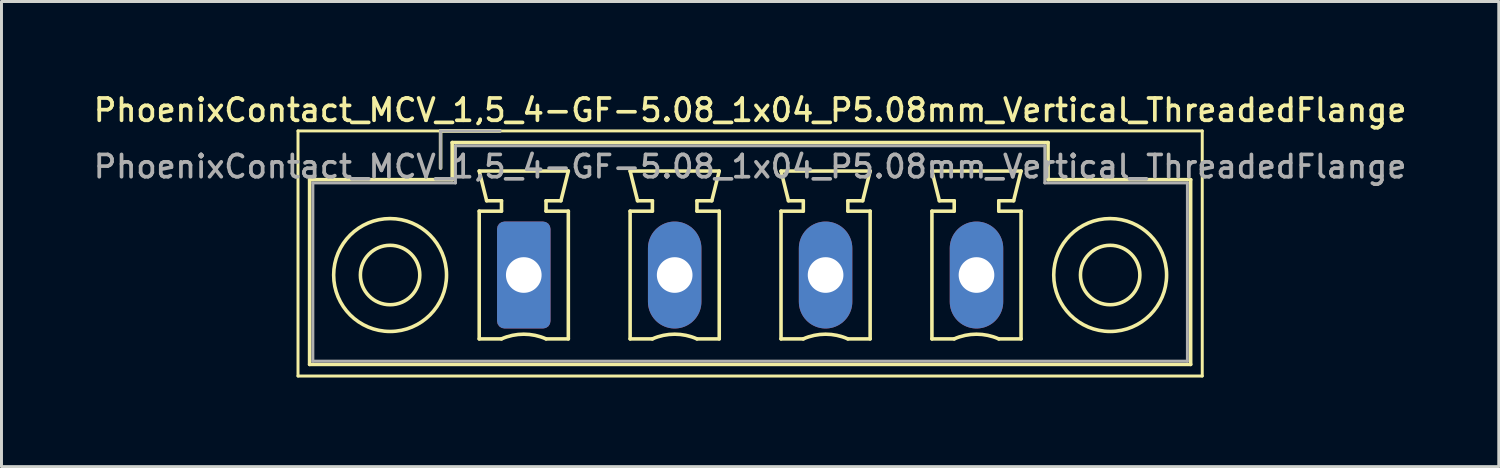
<source format=kicad_pcb>
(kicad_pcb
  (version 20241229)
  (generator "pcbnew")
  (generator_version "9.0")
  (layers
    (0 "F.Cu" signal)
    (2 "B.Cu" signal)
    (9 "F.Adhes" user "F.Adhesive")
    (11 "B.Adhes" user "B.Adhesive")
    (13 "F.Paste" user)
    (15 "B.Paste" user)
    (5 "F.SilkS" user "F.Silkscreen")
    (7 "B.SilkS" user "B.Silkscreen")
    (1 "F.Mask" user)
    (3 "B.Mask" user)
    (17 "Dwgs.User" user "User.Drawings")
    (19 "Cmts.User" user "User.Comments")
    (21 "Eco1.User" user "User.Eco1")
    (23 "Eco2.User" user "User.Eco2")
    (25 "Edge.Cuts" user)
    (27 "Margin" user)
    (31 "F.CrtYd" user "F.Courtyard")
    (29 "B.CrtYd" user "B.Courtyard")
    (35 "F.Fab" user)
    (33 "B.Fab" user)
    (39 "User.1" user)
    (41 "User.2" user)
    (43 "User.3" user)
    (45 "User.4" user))
  (footprint "PhoenixContact_MCV_1,5_4-GF-5.08_1x04_P5.08mm_Vertical_ThreadedFlange"
    (layer "F.Cu")
    (at 14.582 6.208)
    (property "Reference" "PhoenixContact_MCV_1,5_4-GF-5.08_1x04_P5.08mm_Vertical_ThreadedFlange" (at 7.62 -5.55 0) (layer "F.SilkS") (effects (font (size 0.75 0.75) (thickness 0.125))))
    (attr through_hole)
    (fp_line (start -7.6 -4.85) (end -7.6 3.4) (stroke (width 0.1) (type solid)) (layer "F.SilkS"))
    (fp_line (start -7.6 3.4) (end 22.84 3.4) (stroke (width 0.1) (type solid)) (layer "F.SilkS"))
    (fp_line (start -7.21 -3.21) (end -7.21 3.01) (stroke (width 0.12) (type solid)) (layer "F.SilkS"))
    (fp_line (start -7.21 3.01) (end 22.45 3.01) (stroke (width 0.12) (type solid)) (layer "F.SilkS"))
    (fp_line (start -2.8 -4.85) (end -0.8 -4.85) (stroke (width 0.12) (type solid)) (layer "F.SilkS"))
    (fp_line (start -2.8 -3.6) (end -2.8 -4.85) (stroke (width 0.12) (type solid)) (layer "F.SilkS"))
    (fp_line (start -2.41 -4.46) (end -2.41 -3.21) (stroke (width 0.12) (type solid)) (layer "F.SilkS"))
    (fp_line (start -2.41 -3.21) (end -7.21 -3.21) (stroke (width 0.12) (type solid)) (layer "F.SilkS"))
    (fp_line (start -1.5 -3.5) (end 1.5 -3.5) (stroke (width 0.12) (type solid)) (layer "F.SilkS"))
    (fp_line (start -1.5 -2.15) (end -0.75 -2.15) (stroke (width 0.12) (type solid)) (layer "F.SilkS"))
    (fp_line (start -1.5 2.15) (end -1.5 -2.15) (stroke (width 0.12) (type solid)) (layer "F.SilkS"))
    (fp_line (start -1.25 -2.5) (end -1.5 -3.5) (stroke (width 0.12) (type solid)) (layer "F.SilkS"))
    (fp_line (start -0.75 -2.5) (end -1.25 -2.5) (stroke (width 0.12) (type solid)) (layer "F.SilkS"))
    (fp_line (start -0.75 -2.15) (end -0.75 -2.5) (stroke (width 0.12) (type solid)) (layer "F.SilkS"))
    (fp_line (start -0.75 2.15) (end -1.5 2.15) (stroke (width 0.12) (type solid)) (layer "F.SilkS"))
    (fp_line (start 0.75 -2.5) (end 0.75 -2.15) (stroke (width 0.12) (type solid)) (layer "F.SilkS"))
    (fp_line (start 0.75 -2.15) (end 1.5 -2.15) (stroke (width 0.12) (type solid)) (layer "F.SilkS"))
    (fp_line (start 1.25 -2.5) (end 0.75 -2.5) (stroke (width 0.12) (type solid)) (layer "F.SilkS"))
    (fp_line (start 1.5 -3.5) (end 1.25 -2.5) (stroke (width 0.12) (type solid)) (layer "F.SilkS"))
    (fp_line (start 1.5 -2.15) (end 1.5 2.15) (stroke (width 0.12) (type solid)) (layer "F.SilkS"))
    (fp_line (start 1.5 2.15) (end 0.75 2.15) (stroke (width 0.12) (type solid)) (layer "F.SilkS"))
    (fp_line (start 3.58 -3.5) (end 6.58 -3.5) (stroke (width 0.12) (type solid)) (layer "F.SilkS"))
    (fp_line (start 3.58 -2.15) (end 4.33 -2.15) (stroke (width 0.12) (type solid)) (layer "F.SilkS"))
    (fp_line (start 3.58 2.15) (end 3.58 -2.15) (stroke (width 0.12) (type solid)) (layer "F.SilkS"))
    (fp_line (start 3.83 -2.5) (end 3.58 -3.5) (stroke (width 0.12) (type solid)) (layer "F.SilkS"))
    (fp_line (start 4.33 -2.5) (end 3.83 -2.5) (stroke (width 0.12) (type solid)) (layer "F.SilkS"))
    (fp_line (start 4.33 -2.15) (end 4.33 -2.5) (stroke (width 0.12) (type solid)) (layer "F.SilkS"))
    (fp_line (start 4.33 2.15) (end 3.58 2.15) (stroke (width 0.12) (type solid)) (layer "F.SilkS"))
    (fp_line (start 5.83 -2.5) (end 5.83 -2.15) (stroke (width 0.12) (type solid)) (layer "F.SilkS"))
    (fp_line (start 5.83 -2.15) (end 6.58 -2.15) (stroke (width 0.12) (type solid)) (layer "F.SilkS"))
    (fp_line (start 6.33 -2.5) (end 5.83 -2.5) (stroke (width 0.12) (type solid)) (layer "F.SilkS"))
    (fp_line (start 6.58 -3.5) (end 6.33 -2.5) (stroke (width 0.12) (type solid)) (layer "F.SilkS"))
    (fp_line (start 6.58 -2.15) (end 6.58 2.15) (stroke (width 0.12) (type solid)) (layer "F.SilkS"))
    (fp_line (start 6.58 2.15) (end 5.83 2.15) (stroke (width 0.12) (type solid)) (layer "F.SilkS"))
    (fp_line (start 8.66 -3.5) (end 11.66 -3.5) (stroke (width 0.12) (type solid)) (layer "F.SilkS"))
    (fp_line (start 8.66 -2.15) (end 9.41 -2.15) (stroke (width 0.12) (type solid)) (layer "F.SilkS"))
    (fp_line (start 8.66 2.15) (end 8.66 -2.15) (stroke (width 0.12) (type solid)) (layer "F.SilkS"))
    (fp_line (start 8.91 -2.5) (end 8.66 -3.5) (stroke (width 0.12) (type solid)) (layer "F.SilkS"))
    (fp_line (start 9.41 -2.5) (end 8.91 -2.5) (stroke (width 0.12) (type solid)) (layer "F.SilkS"))
    (fp_line (start 9.41 -2.15) (end 9.41 -2.5) (stroke (width 0.12) (type solid)) (layer "F.SilkS"))
    (fp_line (start 9.41 2.15) (end 8.66 2.15) (stroke (width 0.12) (type solid)) (layer "F.SilkS"))
    (fp_line (start 10.91 -2.5) (end 10.91 -2.15) (stroke (width 0.12) (type solid)) (layer "F.SilkS"))
    (fp_line (start 10.91 -2.15) (end 11.66 -2.15) (stroke (width 0.12) (type solid)) (layer "F.SilkS"))
    (fp_line (start 11.41 -2.5) (end 10.91 -2.5) (stroke (width 0.12) (type solid)) (layer "F.SilkS"))
    (fp_line (start 11.66 -3.5) (end 11.41 -2.5) (stroke (width 0.12) (type solid)) (layer "F.SilkS"))
    (fp_line (start 11.66 -2.15) (end 11.66 2.15) (stroke (width 0.12) (type solid)) (layer "F.SilkS"))
    (fp_line (start 11.66 2.15) (end 10.91 2.15) (stroke (width 0.12) (type solid)) (layer "F.SilkS"))
    (fp_line (start 13.74 -3.5) (end 16.74 -3.5) (stroke (width 0.12) (type solid)) (layer "F.SilkS"))
    (fp_line (start 13.74 -2.15) (end 14.49 -2.15) (stroke (width 0.12) (type solid)) (layer "F.SilkS"))
    (fp_line (start 13.74 2.15) (end 13.74 -2.15) (stroke (width 0.12) (type solid)) (layer "F.SilkS"))
    (fp_line (start 13.99 -2.5) (end 13.74 -3.5) (stroke (width 0.12) (type solid)) (layer "F.SilkS"))
    (fp_line (start 14.49 -2.5) (end 13.99 -2.5) (stroke (width 0.12) (type solid)) (layer "F.SilkS"))
    (fp_line (start 14.49 -2.15) (end 14.49 -2.5) (stroke (width 0.12) (type solid)) (layer "F.SilkS"))
    (fp_line (start 14.49 2.15) (end 13.74 2.15) (stroke (width 0.12) (type solid)) (layer "F.SilkS"))
    (fp_line (start 15.99 -2.5) (end 15.99 -2.15) (stroke (width 0.12) (type solid)) (layer "F.SilkS"))
    (fp_line (start 15.99 -2.15) (end 16.74 -2.15) (stroke (width 0.12) (type solid)) (layer "F.SilkS"))
    (fp_line (start 16.49 -2.5) (end 15.99 -2.5) (stroke (width 0.12) (type solid)) (layer "F.SilkS"))
    (fp_line (start 16.74 -3.5) (end 16.49 -2.5) (stroke (width 0.12) (type solid)) (layer "F.SilkS"))
    (fp_line (start 16.74 -2.15) (end 16.74 2.15) (stroke (width 0.12) (type solid)) (layer "F.SilkS"))
    (fp_line (start 16.74 2.15) (end 15.99 2.15) (stroke (width 0.12) (type solid)) (layer "F.SilkS"))
    (fp_line (start 17.65 -4.46) (end -2.41 -4.46) (stroke (width 0.12) (type solid)) (layer "F.SilkS"))
    (fp_line (start 17.65 -3.21) (end 17.65 -4.46) (stroke (width 0.12) (type solid)) (layer "F.SilkS"))
    (fp_line (start 22.45 -3.21) (end 17.65 -3.21) (stroke (width 0.12) (type solid)) (layer "F.SilkS"))
    (fp_line (start 22.45 3.01) (end 22.45 -3.21) (stroke (width 0.12) (type solid)) (layer "F.SilkS"))
    (fp_line (start 22.84 -4.85) (end -7.6 -4.85) (stroke (width 0.1) (type solid)) (layer "F.SilkS"))
    (fp_line (start 22.84 3.4) (end 22.84 -4.85) (stroke (width 0.1) (type solid)) (layer "F.SilkS"))
    (fp_arc (start -0.75 2.15) (mid -0.000193 1.99191) (end 0.749647 2.149844) (stroke (width 0.12) (type solid)) (layer "F.SilkS"))
    (fp_arc (start 4.33 2.15) (mid 5.079807 1.99191) (end 5.829647 2.149844) (stroke (width 0.12) (type solid)) (layer "F.SilkS"))
    (fp_arc (start 9.41 2.15) (mid 10.159807 1.99191) (end 10.909647 2.149844) (stroke (width 0.12) (type solid)) (layer "F.SilkS"))
    (fp_arc (start 14.49 2.15) (mid 15.239807 1.99191) (end 15.989647 2.149844) (stroke (width 0.12) (type solid)) (layer "F.SilkS"))
    (fp_circle (center -4.5 0) (end -3.5 0) (stroke (width 0.12) (type solid)) (fill no) (layer "F.SilkS"))
    (fp_circle (center -4.5 0) (end -2.6 0) (stroke (width 0.12) (type solid)) (fill no) (layer "F.SilkS"))
    (fp_circle (center 19.74 0) (end 20.74 0) (stroke (width 0.12) (type solid)) (fill no) (layer "F.SilkS"))
    (fp_circle (center 19.74 0) (end 21.64 0) (stroke (width 0.12) (type solid)) (fill no) (layer "F.SilkS"))
    (fp_line (start -7.1 -3.1) (end -7.1 2.9) (stroke (width 0.1) (type solid)) (layer "F.Fab"))
    (fp_line (start -7.1 2.9) (end 22.34 2.9) (stroke (width 0.1) (type solid)) (layer "F.Fab"))
    (fp_line (start -2.8 -4.85) (end -0.8 -4.85) (stroke (width 0.1) (type solid)) (layer "F.Fab"))
    (fp_line (start -2.8 -3.6) (end -2.8 -4.85) (stroke (width 0.1) (type solid)) (layer "F.Fab"))
    (fp_line (start -2.3 -4.35) (end -2.3 -3.1) (stroke (width 0.1) (type solid)) (layer "F.Fab"))
    (fp_line (start -2.3 -3.1) (end -7.1 -3.1) (stroke (width 0.1) (type solid)) (layer "F.Fab"))
    (fp_line (start 17.54 -4.35) (end -2.3 -4.35) (stroke (width 0.1) (type solid)) (layer "F.Fab"))
    (fp_line (start 17.54 -3.1) (end 17.54 -4.35) (stroke (width 0.1) (type solid)) (layer "F.Fab"))
    (fp_line (start 22.34 -3.1) (end 17.54 -3.1) (stroke (width 0.1) (type solid)) (layer "F.Fab"))
    (fp_line (start 22.34 2.9) (end 22.34 -3.1) (stroke (width 0.1) (type solid)) (layer "F.Fab"))
    (fp_text user "${REFERENCE}" (at 7.62 -3.65 0) (layer "F.Fab") (effects (font (size 0.75 0.75) (thickness 0.125))))
    (pad "1" thru_hole roundrect (at 0 0) (size 1.8 3.6) (drill 1.2) (layers "*.Cu" "*.Mask") (roundrect_rratio 0.139))
    (pad "2" thru_hole oval (at 5.08 0) (size 1.8 3.6) (drill 1.2) (layers "*.Cu" "*.Mask"))
    (pad "3" thru_hole oval (at 10.16 0) (size 1.8 3.6) (drill 1.2) (layers "*.Cu" "*.Mask"))
    (pad "4" thru_hole oval (at 15.24 0) (size 1.8 3.6) (drill 1.2) (layers "*.Cu" "*.Mask")))
  (gr_rect
    (start -3 -3)
    (end 47.404 12.658)
    (stroke (width 0.1) (type default))
    (fill no)
    (layer "Edge.Cuts")))
</source>
